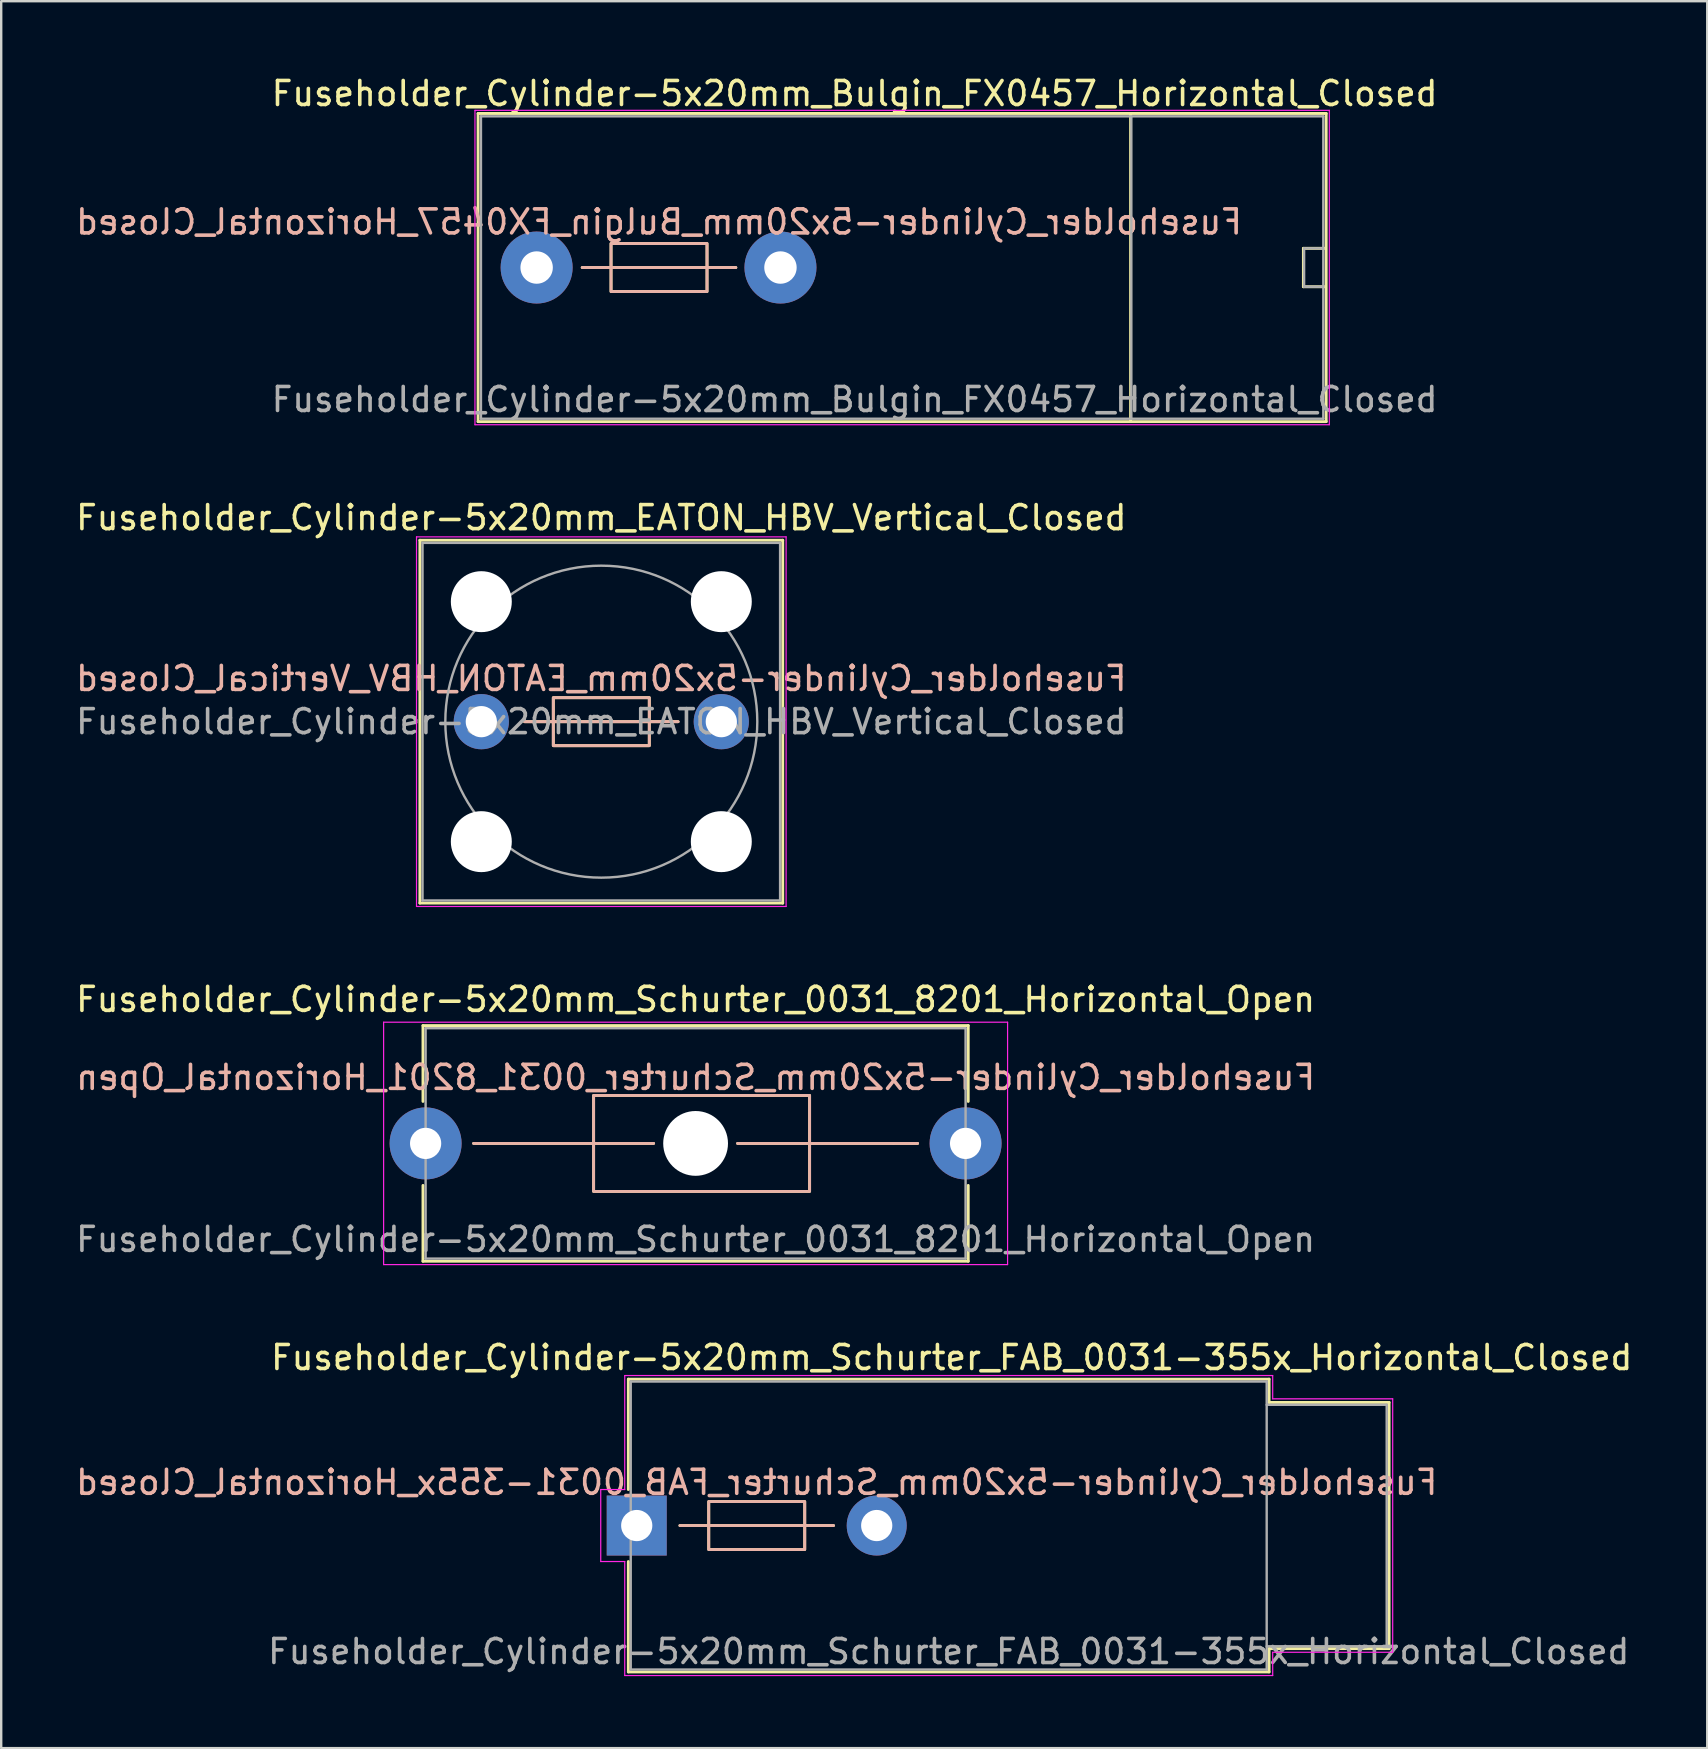
<source format=kicad_pcb>
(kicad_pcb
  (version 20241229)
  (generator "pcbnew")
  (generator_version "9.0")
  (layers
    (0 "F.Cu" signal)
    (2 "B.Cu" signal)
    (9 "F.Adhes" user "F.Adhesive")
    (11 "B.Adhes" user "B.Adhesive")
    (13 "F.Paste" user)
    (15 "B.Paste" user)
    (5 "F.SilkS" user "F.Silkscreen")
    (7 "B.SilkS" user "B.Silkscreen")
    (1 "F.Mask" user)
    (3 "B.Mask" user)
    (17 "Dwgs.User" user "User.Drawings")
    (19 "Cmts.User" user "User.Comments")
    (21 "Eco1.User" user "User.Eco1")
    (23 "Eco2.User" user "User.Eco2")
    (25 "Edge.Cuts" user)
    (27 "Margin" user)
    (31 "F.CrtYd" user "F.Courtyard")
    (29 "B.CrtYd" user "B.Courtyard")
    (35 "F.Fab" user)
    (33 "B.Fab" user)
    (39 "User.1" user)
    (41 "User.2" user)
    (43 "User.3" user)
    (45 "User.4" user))
  (footprint "Fuseholder_Cylinder-5x20mm_Schurter_0031_8201_Horizontal_Open"
    (layer "F.Cu")
    (at 14.685 44.595)
    (property "Reference" "Fuseholder_Cylinder-5x20mm_Schurter_0031_8201_Horizontal_Open" (at 11.25 -6 0) (layer "F.SilkS") (effects (font (size 1 1) (thickness 0.15))))
    (fp_line (start -0.11 -4.91) (end 22.61 -4.91) (stroke (width 0.12) (type solid)) (layer "F.SilkS"))
    (fp_line (start -0.11 -1.75) (end -0.11 -4.91) (stroke (width 0.12) (type solid)) (layer "F.SilkS"))
    (fp_line (start -0.11 4.91) (end -0.11 1.75) (stroke (width 0.12) (type solid)) (layer "F.SilkS"))
    (fp_line (start -0.11 4.91) (end 22.61 4.91) (stroke (width 0.12) (type solid)) (layer "F.SilkS"))
    (fp_line (start 2 0) (end 9.5 0) (stroke (width 0.12) (type solid)) (layer "F.SilkS"))
    (fp_line (start 19.5 0) (end 13 0) (stroke (width 0.12) (type solid)) (layer "F.SilkS"))
    (fp_line (start 20.5 0) (end 19.5 0) (stroke (width 0.12) (type solid)) (layer "F.SilkS"))
    (fp_line (start 22.61 -1.75) (end 22.61 -4.91) (stroke (width 0.12) (type solid)) (layer "F.SilkS"))
    (fp_line (start 22.61 4.91) (end 22.61 1.75) (stroke (width 0.12) (type solid)) (layer "F.SilkS"))
    (fp_rect (start 7 -2) (end 16 2) (stroke (width 0.12) (type solid)) (fill no) (layer "F.SilkS"))
    (fp_line (start 9.5 0) (end 2 0) (stroke (width 0.12) (type solid)) (layer "B.SilkS"))
    (fp_line (start 20.5 0) (end 13 0) (stroke (width 0.12) (type solid)) (layer "B.SilkS"))
    (fp_rect (start 7 -2) (end 16 2) (stroke (width 0.12) (type solid)) (fill no) (layer "B.SilkS"))
    (fp_line (start -1.75 -5.05) (end 24.25 -5.05) (stroke (width 0.05) (type solid)) (layer "F.CrtYd"))
    (fp_line (start -1.75 5.05) (end -1.75 -5.05) (stroke (width 0.05) (type solid)) (layer "F.CrtYd"))
    (fp_line (start 24.25 -5.05) (end 24.25 5.05) (stroke (width 0.05) (type solid)) (layer "F.CrtYd"))
    (fp_line (start 24.25 5.05) (end -1.75 5.05) (stroke (width 0.05) (type solid)) (layer "F.CrtYd"))
    (fp_line (start 0 -4.8) (end 0 4.8) (stroke (width 0.1) (type solid)) (layer "F.Fab"))
    (fp_line (start 0 4.8) (end 22.5 4.8) (stroke (width 0.1) (type solid)) (layer "F.Fab"))
    (fp_line (start 22.5 -4.8) (end 0 -4.8) (stroke (width 0.1) (type solid)) (layer "F.Fab"))
    (fp_line (start 22.5 4.8) (end 22.5 -4.8) (stroke (width 0.1) (type solid)) (layer "F.Fab"))
    (fp_text user "${REFERENCE}" (at 11.25 -2.75 0) (layer "B.SilkS") (effects (font (size 1 1) (thickness 0.15)) (justify mirror)))
    (fp_text user "${REFERENCE}" (at 11.25 4 0) (layer "F.Fab") (effects (font (size 1 1) (thickness 0.15))))
    (pad "" np_thru_hole circle (at 11.25 0) (size 2.7 2.7) (drill 2.7) (layers "*.Cu" "*.Mask"))
    (pad "1" thru_hole circle (at 0 0) (size 3 3) (drill 1.3) (layers "*.Cu" "*.Mask"))
    (pad "2" thru_hole circle (at 22.5 0) (size 3 3) (drill 1.3) (layers "*.Cu" "*.Mask")))
  (footprint "Fuseholder_Cylinder-5x20mm_Bulgin_FX0457_Horizontal_Closed"
    (layer "F.Cu")
    (at 19.311 8.098)
    (property "Reference" "Fuseholder_Cylinder-5x20mm_Bulgin_FX0457_Horizontal_Closed" (at 13.25 -7.25 0) (layer "F.SilkS") (effects (font (size 1 1) (thickness 0.15))))
    (fp_line (start -2.44 -6.42) (end -2.44 6.42) (stroke (width 0.12) (type solid)) (layer "F.SilkS"))
    (fp_line (start -2.44 -6.42) (end 32.9 -6.42) (stroke (width 0.12) (type solid)) (layer "F.SilkS"))
    (fp_line (start 3.1 0) (end 1.9 0) (stroke (width 0.12) (type solid)) (layer "F.SilkS"))
    (fp_line (start 8.3 0) (end 3.1 0) (stroke (width 0.12) (type solid)) (layer "F.SilkS"))
    (fp_line (start 24.75 -6.4) (end 24.75 6.4) (stroke (width 0.12) (type solid)) (layer "F.SilkS"))
    (fp_line (start 31.95 -0.8) (end 31.95 0.8) (stroke (width 0.12) (type solid)) (layer "F.SilkS"))
    (fp_line (start 31.95 0.8) (end 32.85 0.8) (stroke (width 0.12) (type solid)) (layer "F.SilkS"))
    (fp_line (start 32.85 -0.8) (end 31.95 -0.8) (stroke (width 0.12) (type solid)) (layer "F.SilkS"))
    (fp_line (start 32.9 6.42) (end -2.44 6.42) (stroke (width 0.12) (type solid)) (layer "F.SilkS"))
    (fp_line (start 32.9 6.42) (end 32.9 -6.42) (stroke (width 0.12) (type solid)) (layer "F.SilkS"))
    (fp_rect (start 3.1 -1) (end 7.1 1) (stroke (width 0.12) (type solid)) (fill no) (layer "F.SilkS"))
    (fp_line (start 8.3 0) (end 1.9 0) (stroke (width 0.12) (type solid)) (layer "B.SilkS"))
    (fp_rect (start 3.1 -1) (end 7.1 1) (stroke (width 0.12) (type solid)) (fill no) (layer "B.SilkS"))
    (fp_line (start -2.57 -6.55) (end -2.57 6.55) (stroke (width 0.05) (type solid)) (layer "F.CrtYd"))
    (fp_line (start -2.57 -6.55) (end 33.03 -6.55) (stroke (width 0.05) (type solid)) (layer "F.CrtYd"))
    (fp_line (start 33.03 6.55) (end -2.57 6.55) (stroke (width 0.05) (type solid)) (layer "F.CrtYd"))
    (fp_line (start 33.03 6.55) (end 33.03 -6.55) (stroke (width 0.05) (type solid)) (layer "F.CrtYd"))
    (fp_line (start -2.32 6.3) (end -2.32 -6.3) (stroke (width 0.1) (type solid)) (layer "F.Fab"))
    (fp_line (start -2.32 6.3) (end 32.78 6.3) (stroke (width 0.1) (type solid)) (layer "F.Fab"))
    (fp_line (start 24.78 6.3) (end 24.78 -6.3) (stroke (width 0.1) (type solid)) (layer "F.Fab"))
    (fp_line (start 31.98 -0.8) (end 31.98 0.8) (stroke (width 0.1) (type solid)) (layer "F.Fab"))
    (fp_line (start 31.98 0.8) (end 32.78 0.8) (stroke (width 0.1) (type solid)) (layer "F.Fab"))
    (fp_line (start 32.78 -6.3) (end -2.32 -6.3) (stroke (width 0.1) (type solid)) (layer "F.Fab"))
    (fp_line (start 32.78 -0.8) (end 31.98 -0.8) (stroke (width 0.1) (type solid)) (layer "F.Fab"))
    (fp_line (start 32.78 6.3) (end 32.78 -6.3) (stroke (width 0.1) (type solid)) (layer "F.Fab"))
    (fp_text user "${REFERENCE}" (at 5.1 -1.9 0) (layer "B.SilkS") (effects (font (size 1 1) (thickness 0.15)) (justify mirror)))
    (fp_text user "${REFERENCE}" (at 13.25 5.5 0) (layer "F.Fab") (effects (font (size 1 1) (thickness 0.15))))
    (pad "1" thru_hole circle (at 0 0) (size 3 3) (drill 1.35) (layers "*.Cu" "*.Mask"))
    (pad "2" thru_hole circle (at 10.16 0) (size 3 3) (drill 1.35) (layers "*.Cu" "*.Mask")))
  (footprint "Fuseholder_Cylinder-5x20mm_Schurter_FAB_0031-355x_Horizontal_Closed"
    (layer "F.Cu")
    (at 23.482 60.518)
    (property "Reference" "Fuseholder_Cylinder-5x20mm_Schurter_FAB_0031-355x_Horizontal_Closed" (at 13.125 -7 0) (layer "F.SilkS") (effects (font (size 1 1) (thickness 0.15))))
    (fp_line (start -0.35 -6.1) (end -0.35 -1.5) (stroke (width 0.12) (type solid)) (layer "F.SilkS"))
    (fp_line (start -0.35 1.5) (end -0.35 6.1) (stroke (width 0.12) (type solid)) (layer "F.SilkS"))
    (fp_line (start -0.35 6.1) (end 26.35 6.1) (stroke (width 0.12) (type solid)) (layer "F.SilkS"))
    (fp_line (start 3 0) (end 1.8 0) (stroke (width 0.12) (type solid)) (layer "F.SilkS"))
    (fp_line (start 8.2 0) (end 3 0) (stroke (width 0.12) (type solid)) (layer "F.SilkS"))
    (fp_line (start 26.35 -6.1) (end -0.35 -6.1) (stroke (width 0.12) (type solid)) (layer "F.SilkS"))
    (fp_line (start 26.35 -5.13) (end 26.35 -6.1) (stroke (width 0.12) (type solid)) (layer "F.SilkS"))
    (fp_line (start 26.35 -5.13) (end 31.35 -5.13) (stroke (width 0.12) (type solid)) (layer "F.SilkS"))
    (fp_line (start 26.35 5.13) (end 26.35 6.1) (stroke (width 0.12) (type solid)) (layer "F.SilkS"))
    (fp_line (start 31.35 -5.13) (end 31.35 5.13) (stroke (width 0.12) (type solid)) (layer "F.SilkS"))
    (fp_line (start 31.35 5.13) (end 26.35 5.13) (stroke (width 0.12) (type solid)) (layer "F.SilkS"))
    (fp_rect (start 3 -1) (end 7 1) (stroke (width 0.12) (type solid)) (fill no) (layer "F.SilkS"))
    (fp_line (start 8.2 0) (end 1.8 0) (stroke (width 0.12) (type solid)) (layer "B.SilkS"))
    (fp_rect (start 3 -1) (end 7 1) (stroke (width 0.12) (type solid)) (fill no) (layer "B.SilkS"))
    (fp_line (start -1.5 -1.5) (end -1.5 1.5) (stroke (width 0.05) (type solid)) (layer "F.CrtYd"))
    (fp_line (start -1.5 1.5) (end -0.5 1.5) (stroke (width 0.05) (type solid)) (layer "F.CrtYd"))
    (fp_line (start -0.5 -6.25) (end -0.5 -1.5) (stroke (width 0.05) (type solid)) (layer "F.CrtYd"))
    (fp_line (start -0.5 -6.25) (end 26.5 -6.25) (stroke (width 0.05) (type solid)) (layer "F.CrtYd"))
    (fp_line (start -0.5 -1.5) (end -1.5 -1.5) (stroke (width 0.05) (type solid)) (layer "F.CrtYd"))
    (fp_line (start -0.5 1.5) (end -0.5 6.25) (stroke (width 0.05) (type solid)) (layer "F.CrtYd"))
    (fp_line (start 26.5 -6.25) (end 26.5 -5.28) (stroke (width 0.05) (type solid)) (layer "F.CrtYd"))
    (fp_line (start 26.5 5.28) (end 26.5 6.25) (stroke (width 0.05) (type solid)) (layer "F.CrtYd"))
    (fp_line (start 26.5 5.28) (end 31.5 5.28) (stroke (width 0.05) (type solid)) (layer "F.CrtYd"))
    (fp_line (start 26.5 6.25) (end -0.5 6.25) (stroke (width 0.05) (type solid)) (layer "F.CrtYd"))
    (fp_line (start 31.5 -5.28) (end 26.5 -5.28) (stroke (width 0.05) (type solid)) (layer "F.CrtYd"))
    (fp_line (start 31.5 5.28) (end 31.5 -5.28) (stroke (width 0.05) (type solid)) (layer "F.CrtYd"))
    (fp_line (start -0.25 -6) (end 26.25 -6) (stroke (width 0.1) (type solid)) (layer "F.Fab"))
    (fp_line (start -0.25 6) (end -0.25 -6) (stroke (width 0.1) (type solid)) (layer "F.Fab"))
    (fp_line (start 26.25 -6) (end 26.25 6) (stroke (width 0.1) (type solid)) (layer "F.Fab"))
    (fp_line (start 26.25 -5.03) (end 31.25 -5.03) (stroke (width 0.1) (type solid)) (layer "F.Fab"))
    (fp_line (start 26.25 6) (end -0.25 6) (stroke (width 0.1) (type solid)) (layer "F.Fab"))
    (fp_line (start 31.25 -5.03) (end 31.25 5.03) (stroke (width 0.1) (type solid)) (layer "F.Fab"))
    (fp_line (start 31.25 5.03) (end 26.25 5.03) (stroke (width 0.1) (type solid)) (layer "F.Fab"))
    (fp_text user "${REFERENCE}" (at 5 -1.8 0) (layer "B.SilkS") (effects (font (size 1 1) (thickness 0.15)) (justify mirror)))
    (fp_text user "${REFERENCE}" (at 13 5.25 0) (layer "F.Fab") (effects (font (size 1 1) (thickness 0.15))))
    (pad "1" thru_hole rect (at 0 0) (size 2.5 2.5) (drill 1.3) (layers "*.Cu" "*.Mask"))
    (pad "2" thru_hole circle (at 10 0) (size 2.5 2.5) (drill 1.3) (layers "*.Cu" "*.Mask")))
  (footprint "Fuseholder_Cylinder-5x20mm_EATON_HBV_Vertical_Closed"
    (layer "F.Cu")
    (at 17.006 27.021)
    (property "Reference" "Fuseholder_Cylinder-5x20mm_EATON_HBV_Vertical_Closed" (at 5 -8.5 0) (layer "F.SilkS") (effects (font (size 1 1) (thickness 0.15))))
    (fp_line (start -2.56 -7.56) (end 12.56 -7.56) (stroke (width 0.12) (type solid)) (layer "F.SilkS"))
    (fp_line (start -2.56 7.56) (end -2.56 -7.56) (stroke (width 0.12) (type solid)) (layer "F.SilkS"))
    (fp_line (start 3 0) (end 1.8 0) (stroke (width 0.12) (type solid)) (layer "F.SilkS"))
    (fp_line (start 8.2 0) (end 3 0) (stroke (width 0.12) (type solid)) (layer "F.SilkS"))
    (fp_line (start 12.56 -7.56) (end 12.56 7.56) (stroke (width 0.12) (type solid)) (layer "F.SilkS"))
    (fp_line (start 12.56 7.56) (end -2.56 7.56) (stroke (width 0.12) (type solid)) (layer "F.SilkS"))
    (fp_rect (start 3 -1) (end 7 1) (stroke (width 0.12) (type solid)) (fill no) (layer "F.SilkS"))
    (fp_line (start 1.8 0) (end 8.2 0) (stroke (width 0.12) (type solid)) (layer "B.SilkS"))
    (fp_rect (start 7 -1) (end 3 1) (stroke (width 0.12) (type solid)) (fill no) (layer "B.SilkS"))
    (fp_line (start -2.7 -7.7) (end 12.7 -7.7) (stroke (width 0.05) (type solid)) (layer "F.CrtYd"))
    (fp_line (start -2.7 7.7) (end -2.7 -7.7) (stroke (width 0.05) (type solid)) (layer "F.CrtYd"))
    (fp_line (start 12.7 -7.7) (end 12.7 7.7) (stroke (width 0.05) (type solid)) (layer "F.CrtYd"))
    (fp_line (start 12.7 7.7) (end -2.7 7.7) (stroke (width 0.05) (type solid)) (layer "F.CrtYd"))
    (fp_line (start -2.45 -7.45) (end 12.45 -7.45) (stroke (width 0.1) (type solid)) (layer "F.Fab"))
    (fp_line (start -2.45 7.45) (end -2.45 -7.45) (stroke (width 0.1) (type solid)) (layer "F.Fab"))
    (fp_line (start 12.45 -7.45) (end 12.45 7.45) (stroke (width 0.1) (type solid)) (layer "F.Fab"))
    (fp_line (start 12.45 7.45) (end -2.45 7.45) (stroke (width 0.1) (type solid)) (layer "F.Fab"))
    (fp_circle (center 5 0) (end 11.5 0) (stroke (width 0.1) (type solid)) (fill no) (layer "F.Fab"))
    (fp_text user "${REFERENCE}" (at 5 -1.8 0) (layer "B.SilkS") (effects (font (size 1 1) (thickness 0.15)) (justify mirror)))
    (fp_text user "${REFERENCE}" (at 5 0 0) (layer "F.Fab") (effects (font (size 1 1) (thickness 0.15))))
    (pad "" np_thru_hole circle (at 0 -5) (size 2.54 2.54) (drill 2.54) (layers "*.Cu" "*.Mask"))
    (pad "" np_thru_hole circle (at 0 5) (size 2.54 2.54) (drill 2.54) (layers "*.Cu" "*.Mask"))
    (pad "" np_thru_hole circle (at 10 -5) (size 2.54 2.54) (drill 2.54) (layers "*.Cu" "*.Mask"))
    (pad "" np_thru_hole circle (at 10 5) (size 2.54 2.54) (drill 2.54) (layers "*.Cu" "*.Mask"))
    (pad "1" thru_hole circle (at 0 0) (size 2.3 2.3) (drill 1.3) (layers "*.Cu" "*.Mask"))
    (pad "2" thru_hole circle (at 10 0) (size 2.3 2.3) (drill 1.3) (layers "*.Cu" "*.Mask")))
  (gr_rect
    (start -3 -3)
    (end 68.089 69.793)
    (stroke (width 0.1) (type default))
    (fill no)
    (layer "Edge.Cuts")))
</source>
